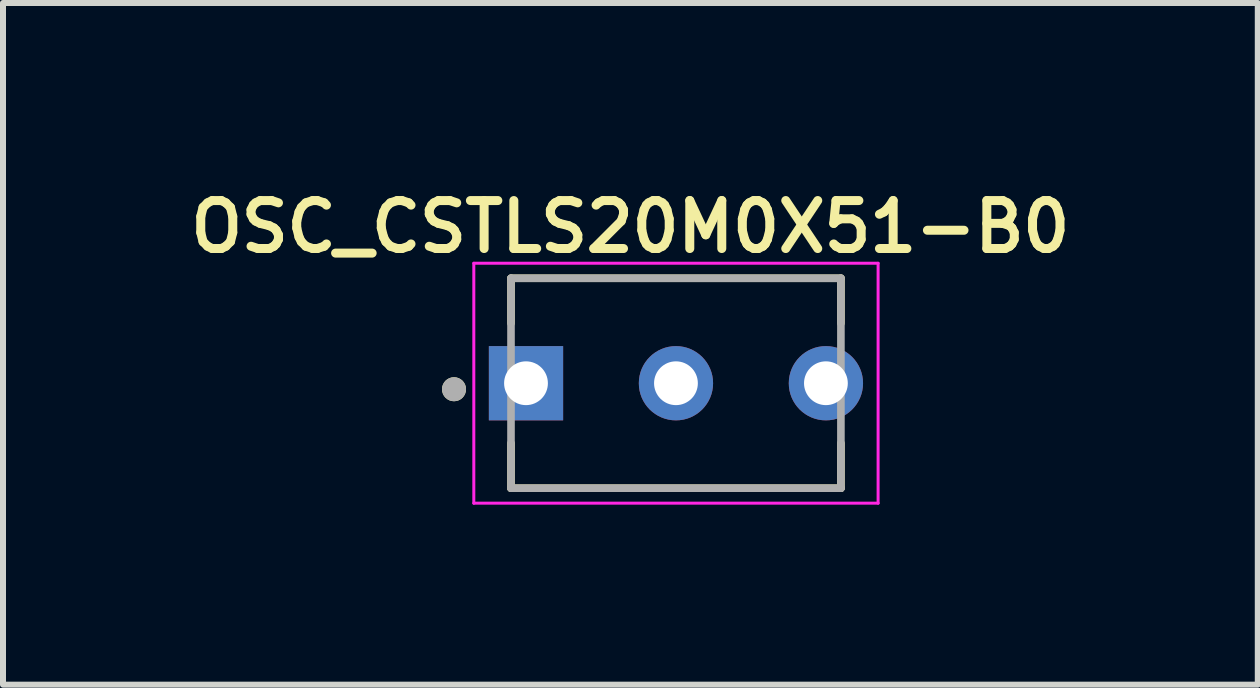
<source format=kicad_pcb>
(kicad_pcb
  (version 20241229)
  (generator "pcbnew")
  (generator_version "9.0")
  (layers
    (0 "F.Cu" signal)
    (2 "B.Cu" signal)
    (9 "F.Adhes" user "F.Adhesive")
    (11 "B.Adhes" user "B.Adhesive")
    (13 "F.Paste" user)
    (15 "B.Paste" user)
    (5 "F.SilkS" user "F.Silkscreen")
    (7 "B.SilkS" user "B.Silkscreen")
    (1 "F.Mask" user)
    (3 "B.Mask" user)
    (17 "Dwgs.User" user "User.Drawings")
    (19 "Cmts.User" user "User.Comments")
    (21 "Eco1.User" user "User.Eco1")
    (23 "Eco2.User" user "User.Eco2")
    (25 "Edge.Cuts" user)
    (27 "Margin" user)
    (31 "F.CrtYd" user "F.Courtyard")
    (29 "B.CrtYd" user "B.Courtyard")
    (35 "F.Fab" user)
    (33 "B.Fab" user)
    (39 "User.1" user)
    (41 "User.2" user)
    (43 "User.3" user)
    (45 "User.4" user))
  (footprint "OSC_CSTLS20M0X51-B0"
    (layer "F.Cu")
    (at 8.219 3.339)
    (property "Reference" "OSC_CSTLS20M0X51-B0" (at -0.76 -2.608 0) (layer "F.SilkS") (effects (font (size 0.8 0.8) (thickness 0.15))))
    (attr through_hole)
    (fp_line (start -2.75 -1.75) (end 2.75 -1.75) (stroke (width 0.127) (type solid)) (layer "F.SilkS"))
    (fp_line (start -2.75 -1) (end -2.75 -1.75) (stroke (width 0.127) (type solid)) (layer "F.SilkS"))
    (fp_line (start -2.75 1.75) (end -2.75 1) (stroke (width 0.127) (type solid)) (layer "F.SilkS"))
    (fp_line (start 2.75 -1.75) (end 2.75 -1) (stroke (width 0.127) (type solid)) (layer "F.SilkS"))
    (fp_line (start 2.75 1) (end 2.75 1.75) (stroke (width 0.127) (type solid)) (layer "F.SilkS"))
    (fp_line (start 2.75 1.75) (end -2.75 1.75) (stroke (width 0.127) (type solid)) (layer "F.SilkS"))
    (fp_circle (center -3.7 0.1) (end -3.6 0.1) (stroke (width 0.2) (type solid)) (fill no) (layer "F.SilkS"))
    (fp_line (start -3.37 -2) (end 3.37 -2) (stroke (width 0.05) (type solid)) (layer "F.CrtYd"))
    (fp_line (start -3.37 2) (end -3.37 -2) (stroke (width 0.05) (type solid)) (layer "F.CrtYd"))
    (fp_line (start 3.37 -2) (end 3.37 2) (stroke (width 0.05) (type solid)) (layer "F.CrtYd"))
    (fp_line (start 3.37 2) (end -3.37 2) (stroke (width 0.05) (type solid)) (layer "F.CrtYd"))
    (fp_line (start -2.75 -1.75) (end 2.75 -1.75) (stroke (width 0.127) (type solid)) (layer "F.Fab"))
    (fp_line (start -2.75 1.75) (end -2.75 -1.75) (stroke (width 0.127) (type solid)) (layer "F.Fab"))
    (fp_line (start 2.75 -1.75) (end 2.75 1.75) (stroke (width 0.127) (type solid)) (layer "F.Fab"))
    (fp_line (start 2.75 1.75) (end -2.75 1.75) (stroke (width 0.127) (type solid)) (layer "F.Fab"))
    (fp_circle (center -3.7 0.1) (end -3.6 0.1) (stroke (width 0.2) (type solid)) (fill no) (layer "F.Fab"))
    (pad "1" thru_hole rect (at -2.5 0) (size 1.238 1.238) (drill 0.73) (layers "*.Cu" "*.Mask"))
    (pad "2" thru_hole circle (at 0 0) (size 1.238 1.238) (drill 0.73) (layers "*.Cu" "*.Mask"))
    (pad "3" thru_hole circle (at 2.5 0) (size 1.238 1.238) (drill 0.73) (layers "*.Cu" "*.Mask")))
  (gr_rect
    (start -3 -3)
    (end 17.919 8.364)
    (stroke (width 0.1) (type default))
    (fill no)
    (layer "Edge.Cuts")))
</source>
